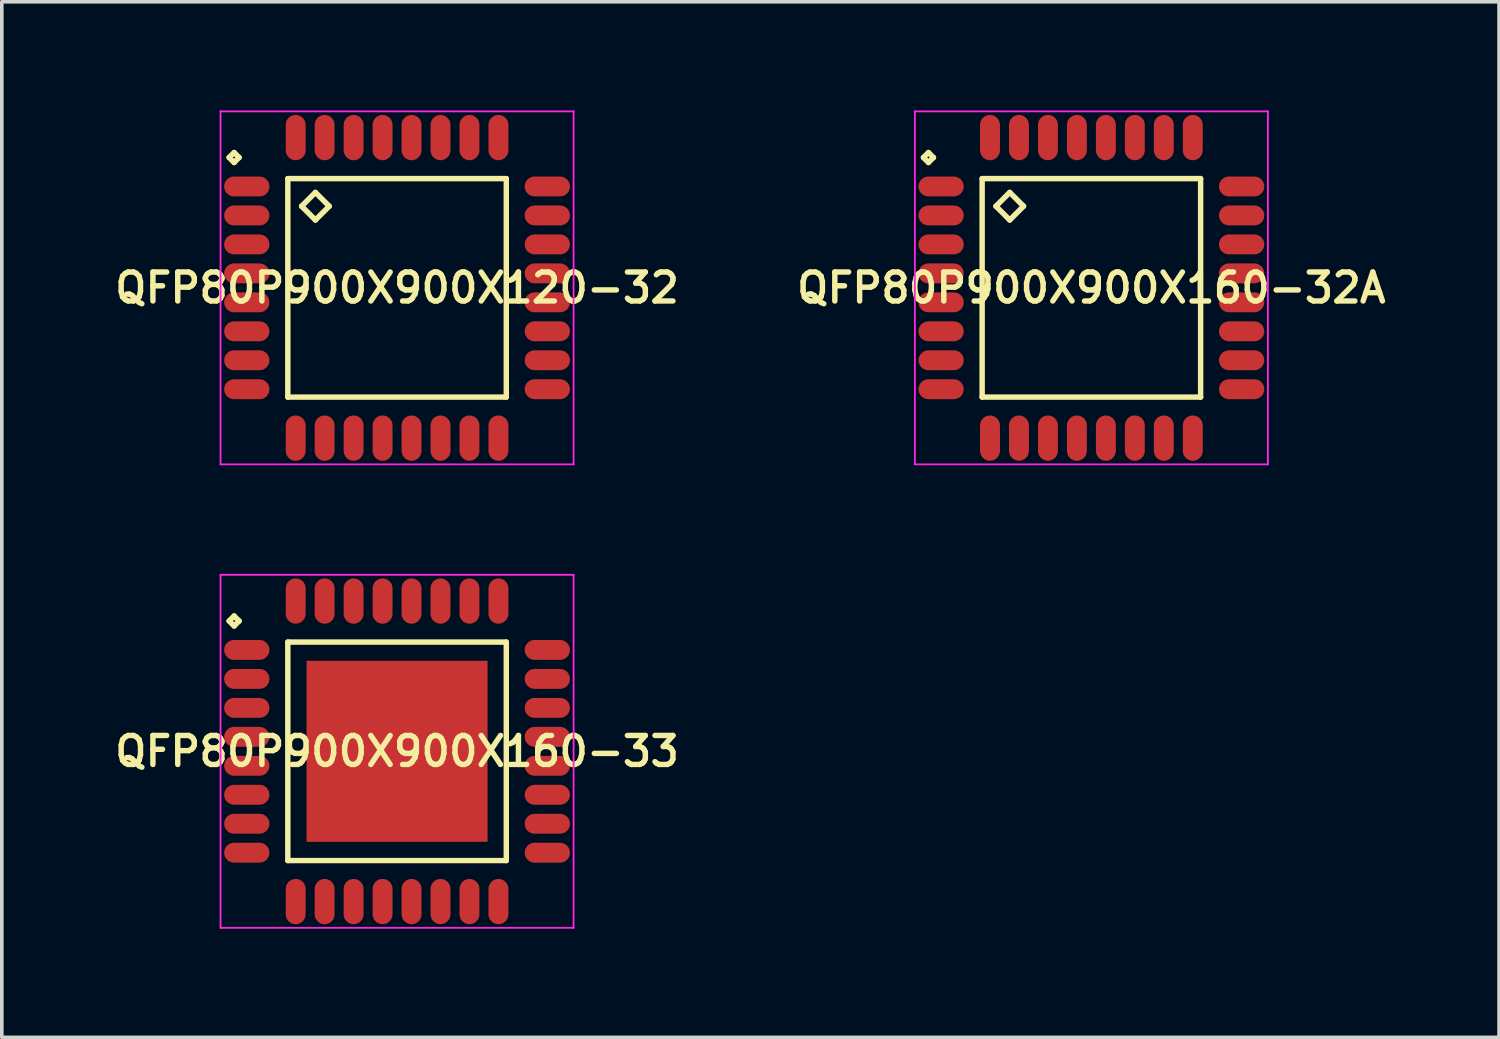
<source format=kicad_pcb>
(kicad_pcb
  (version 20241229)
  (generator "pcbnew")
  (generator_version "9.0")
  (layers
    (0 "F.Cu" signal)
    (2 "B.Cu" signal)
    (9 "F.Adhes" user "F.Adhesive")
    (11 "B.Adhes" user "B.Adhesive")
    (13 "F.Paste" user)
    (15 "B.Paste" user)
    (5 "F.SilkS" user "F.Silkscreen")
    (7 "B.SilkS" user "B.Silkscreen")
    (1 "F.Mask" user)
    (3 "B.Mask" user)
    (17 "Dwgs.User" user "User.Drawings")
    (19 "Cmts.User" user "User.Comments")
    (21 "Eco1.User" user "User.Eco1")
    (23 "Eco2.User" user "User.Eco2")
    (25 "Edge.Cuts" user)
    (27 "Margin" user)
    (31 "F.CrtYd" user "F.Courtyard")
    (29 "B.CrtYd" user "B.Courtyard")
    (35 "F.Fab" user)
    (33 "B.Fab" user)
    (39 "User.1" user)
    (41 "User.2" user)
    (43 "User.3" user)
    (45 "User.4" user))
  (footprint "QFP80P900X900X160-33"
    (layer "F.Cu")
    (at 7.916 17.7)
    (property "Reference" "QFP80P900X900X160-33" (at 0 0 0) (layer "F.SilkS") (effects (font (size 0.8 0.8) (thickness 0.15))))
    (attr smd)
    (fp_line (start -4.638 -3.6) (end -4.5 -3.737) (stroke (width 0.15) (type solid)) (layer "F.SilkS"))
    (fp_line (start -4.5 -3.737) (end -4.362 -3.6) (stroke (width 0.15) (type solid)) (layer "F.SilkS"))
    (fp_line (start -4.5 -3.462) (end -4.638 -3.6) (stroke (width 0.15) (type solid)) (layer "F.SilkS"))
    (fp_line (start -4.362 -3.6) (end -4.5 -3.462) (stroke (width 0.15) (type solid)) (layer "F.SilkS"))
    (fp_line (start -3.017 -3.017) (end -3.017 3.017) (stroke (width 0.15) (type solid)) (layer "F.SilkS"))
    (fp_line (start -3.017 3.017) (end 3.017 3.017) (stroke (width 0.15) (type solid)) (layer "F.SilkS"))
    (fp_line (start 3.017 -3.017) (end -3.017 -3.017) (stroke (width 0.15) (type solid)) (layer "F.SilkS"))
    (fp_line (start 3.017 3.017) (end 3.017 -3.017) (stroke (width 0.15) (type solid)) (layer "F.SilkS"))
    (fp_line (start -4.875 -4.875) (end 4.875 -4.875) (stroke (width 0.05) (type solid)) (layer "F.CrtYd"))
    (fp_line (start -4.875 4.875) (end -4.875 -4.875) (stroke (width 0.05) (type solid)) (layer "F.CrtYd"))
    (fp_line (start 4.875 -4.875) (end 4.875 4.875) (stroke (width 0.05) (type solid)) (layer "F.CrtYd"))
    (fp_line (start 4.875 4.875) (end -4.875 4.875) (stroke (width 0.05) (type solid)) (layer "F.CrtYd"))
    (pad "1" smd oval (at -4.15 -2.8) (size 1.25 0.55) (layers "F.Cu" "F.Mask" "F.Paste"))
    (pad "2" smd oval (at -4.15 -2) (size 1.25 0.55) (layers "F.Cu" "F.Mask" "F.Paste"))
    (pad "3" smd oval (at -4.15 -1.2) (size 1.25 0.55) (layers "F.Cu" "F.Mask" "F.Paste"))
    (pad "4" smd oval (at -4.15 -0.4) (size 1.25 0.55) (layers "F.Cu" "F.Mask" "F.Paste"))
    (pad "5" smd oval (at -4.15 0.4) (size 1.25 0.55) (layers "F.Cu" "F.Mask" "F.Paste"))
    (pad "6" smd oval (at -4.15 1.2) (size 1.25 0.55) (layers "F.Cu" "F.Mask" "F.Paste"))
    (pad "7" smd oval (at -4.15 2) (size 1.25 0.55) (layers "F.Cu" "F.Mask" "F.Paste"))
    (pad "8" smd oval (at -4.15 2.8) (size 1.25 0.55) (layers "F.Cu" "F.Mask" "F.Paste"))
    (pad "9" smd oval (at -2.8 4.15) (size 0.55 1.25) (layers "F.Cu" "F.Mask" "F.Paste"))
    (pad "10" smd oval (at -2 4.15) (size 0.55 1.25) (layers "F.Cu" "F.Mask" "F.Paste"))
    (pad "11" smd oval (at -1.2 4.15) (size 0.55 1.25) (layers "F.Cu" "F.Mask" "F.Paste"))
    (pad "12" smd oval (at -0.4 4.15) (size 0.55 1.25) (layers "F.Cu" "F.Mask" "F.Paste"))
    (pad "13" smd oval (at 0.4 4.15) (size 0.55 1.25) (layers "F.Cu" "F.Mask" "F.Paste"))
    (pad "14" smd oval (at 1.2 4.15) (size 0.55 1.25) (layers "F.Cu" "F.Mask" "F.Paste"))
    (pad "15" smd oval (at 2 4.15) (size 0.55 1.25) (layers "F.Cu" "F.Mask" "F.Paste"))
    (pad "16" smd oval (at 2.8 4.15) (size 0.55 1.25) (layers "F.Cu" "F.Mask" "F.Paste"))
    (pad "17" smd oval (at 4.15 2.8) (size 1.25 0.55) (layers "F.Cu" "F.Mask" "F.Paste"))
    (pad "18" smd oval (at 4.15 2) (size 1.25 0.55) (layers "F.Cu" "F.Mask" "F.Paste"))
    (pad "19" smd oval (at 4.15 1.2) (size 1.25 0.55) (layers "F.Cu" "F.Mask" "F.Paste"))
    (pad "20" smd oval (at 4.15 0.4) (size 1.25 0.55) (layers "F.Cu" "F.Mask" "F.Paste"))
    (pad "21" smd oval (at 4.15 -0.4) (size 1.25 0.55) (layers "F.Cu" "F.Mask" "F.Paste"))
    (pad "22" smd oval (at 4.15 -1.2) (size 1.25 0.55) (layers "F.Cu" "F.Mask" "F.Paste"))
    (pad "23" smd oval (at 4.15 -2) (size 1.25 0.55) (layers "F.Cu" "F.Mask" "F.Paste"))
    (pad "24" smd oval (at 4.15 -2.8) (size 1.25 0.55) (layers "F.Cu" "F.Mask" "F.Paste"))
    (pad "25" smd oval (at 2.8 -4.15) (size 0.55 1.25) (layers "F.Cu" "F.Mask" "F.Paste"))
    (pad "26" smd oval (at 2 -4.15) (size 0.55 1.25) (layers "F.Cu" "F.Mask" "F.Paste"))
    (pad "27" smd oval (at 1.2 -4.15) (size 0.55 1.25) (layers "F.Cu" "F.Mask" "F.Paste"))
    (pad "28" smd oval (at 0.4 -4.15) (size 0.55 1.25) (layers "F.Cu" "F.Mask" "F.Paste"))
    (pad "29" smd oval (at -0.4 -4.15) (size 0.55 1.25) (layers "F.Cu" "F.Mask" "F.Paste"))
    (pad "30" smd oval (at -1.2 -4.15) (size 0.55 1.25) (layers "F.Cu" "F.Mask" "F.Paste"))
    (pad "31" smd oval (at -2 -4.15) (size 0.55 1.25) (layers "F.Cu" "F.Mask" "F.Paste"))
    (pad "32" smd oval (at -2.8 -4.15) (size 0.55 1.25) (layers "F.Cu" "F.Mask" "F.Paste"))
    (pad "33" smd rect (at 0 0) (size 5 5) (layers "F.Cu" "F.Mask" "F.Paste")))
  (footprint "QFP80P900X900X120-32"
    (layer "F.Cu")
    (at 7.916 4.9)
    (property "Reference" "QFP80P900X900X120-32" (at 0 0 0) (layer "F.SilkS") (effects (font (size 0.8 0.8) (thickness 0.15))))
    (attr smd)
    (fp_line (start -4.638 -3.6) (end -4.5 -3.737) (stroke (width 0.15) (type solid)) (layer "F.SilkS"))
    (fp_line (start -4.5 -3.737) (end -4.362 -3.6) (stroke (width 0.15) (type solid)) (layer "F.SilkS"))
    (fp_line (start -4.5 -3.462) (end -4.638 -3.6) (stroke (width 0.15) (type solid)) (layer "F.SilkS"))
    (fp_line (start -4.362 -3.6) (end -4.5 -3.462) (stroke (width 0.15) (type solid)) (layer "F.SilkS"))
    (fp_line (start -3.017 -3.017) (end -3.017 3.017) (stroke (width 0.15) (type solid)) (layer "F.SilkS"))
    (fp_line (start -3.017 3.017) (end 3.017 3.017) (stroke (width 0.15) (type solid)) (layer "F.SilkS"))
    (fp_line (start -2.636 -2.255) (end -2.255 -2.636) (stroke (width 0.15) (type solid)) (layer "F.SilkS"))
    (fp_line (start -2.255 -2.636) (end -1.874 -2.255) (stroke (width 0.15) (type solid)) (layer "F.SilkS"))
    (fp_line (start -2.255 -1.874) (end -2.636 -2.255) (stroke (width 0.15) (type solid)) (layer "F.SilkS"))
    (fp_line (start -1.874 -2.255) (end -2.255 -1.874) (stroke (width 0.15) (type solid)) (layer "F.SilkS"))
    (fp_line (start 3.017 -3.017) (end -3.017 -3.017) (stroke (width 0.15) (type solid)) (layer "F.SilkS"))
    (fp_line (start 3.017 3.017) (end 3.017 -3.017) (stroke (width 0.15) (type solid)) (layer "F.SilkS"))
    (fp_line (start -4.875 -4.875) (end 4.875 -4.875) (stroke (width 0.05) (type solid)) (layer "F.CrtYd"))
    (fp_line (start -4.875 4.875) (end -4.875 -4.875) (stroke (width 0.05) (type solid)) (layer "F.CrtYd"))
    (fp_line (start 4.875 -4.875) (end 4.875 4.875) (stroke (width 0.05) (type solid)) (layer "F.CrtYd"))
    (fp_line (start 4.875 4.875) (end -4.875 4.875) (stroke (width 0.05) (type solid)) (layer "F.CrtYd"))
    (pad "1" smd oval (at -4.15 -2.8) (size 1.25 0.55) (layers "F.Cu" "F.Mask" "F.Paste"))
    (pad "2" smd oval (at -4.15 -2) (size 1.25 0.55) (layers "F.Cu" "F.Mask" "F.Paste"))
    (pad "3" smd oval (at -4.15 -1.2) (size 1.25 0.55) (layers "F.Cu" "F.Mask" "F.Paste"))
    (pad "4" smd oval (at -4.15 -0.4) (size 1.25 0.55) (layers "F.Cu" "F.Mask" "F.Paste"))
    (pad "5" smd oval (at -4.15 0.4) (size 1.25 0.55) (layers "F.Cu" "F.Mask" "F.Paste"))
    (pad "6" smd oval (at -4.15 1.2) (size 1.25 0.55) (layers "F.Cu" "F.Mask" "F.Paste"))
    (pad "7" smd oval (at -4.15 2) (size 1.25 0.55) (layers "F.Cu" "F.Mask" "F.Paste"))
    (pad "8" smd oval (at -4.15 2.8) (size 1.25 0.55) (layers "F.Cu" "F.Mask" "F.Paste"))
    (pad "9" smd oval (at -2.8 4.15) (size 0.55 1.25) (layers "F.Cu" "F.Mask" "F.Paste"))
    (pad "10" smd oval (at -2 4.15) (size 0.55 1.25) (layers "F.Cu" "F.Mask" "F.Paste"))
    (pad "11" smd oval (at -1.2 4.15) (size 0.55 1.25) (layers "F.Cu" "F.Mask" "F.Paste"))
    (pad "12" smd oval (at -0.4 4.15) (size 0.55 1.25) (layers "F.Cu" "F.Mask" "F.Paste"))
    (pad "13" smd oval (at 0.4 4.15) (size 0.55 1.25) (layers "F.Cu" "F.Mask" "F.Paste"))
    (pad "14" smd oval (at 1.2 4.15) (size 0.55 1.25) (layers "F.Cu" "F.Mask" "F.Paste"))
    (pad "15" smd oval (at 2 4.15) (size 0.55 1.25) (layers "F.Cu" "F.Mask" "F.Paste"))
    (pad "16" smd oval (at 2.8 4.15) (size 0.55 1.25) (layers "F.Cu" "F.Mask" "F.Paste"))
    (pad "17" smd oval (at 4.15 2.8) (size 1.25 0.55) (layers "F.Cu" "F.Mask" "F.Paste"))
    (pad "18" smd oval (at 4.15 2) (size 1.25 0.55) (layers "F.Cu" "F.Mask" "F.Paste"))
    (pad "19" smd oval (at 4.15 1.2) (size 1.25 0.55) (layers "F.Cu" "F.Mask" "F.Paste"))
    (pad "20" smd oval (at 4.15 0.4) (size 1.25 0.55) (layers "F.Cu" "F.Mask" "F.Paste"))
    (pad "21" smd oval (at 4.15 -0.4) (size 1.25 0.55) (layers "F.Cu" "F.Mask" "F.Paste"))
    (pad "22" smd oval (at 4.15 -1.2) (size 1.25 0.55) (layers "F.Cu" "F.Mask" "F.Paste"))
    (pad "23" smd oval (at 4.15 -2) (size 1.25 0.55) (layers "F.Cu" "F.Mask" "F.Paste"))
    (pad "24" smd oval (at 4.15 -2.8) (size 1.25 0.55) (layers "F.Cu" "F.Mask" "F.Paste"))
    (pad "25" smd oval (at 2.8 -4.15) (size 0.55 1.25) (layers "F.Cu" "F.Mask" "F.Paste"))
    (pad "26" smd oval (at 2 -4.15) (size 0.55 1.25) (layers "F.Cu" "F.Mask" "F.Paste"))
    (pad "27" smd oval (at 1.2 -4.15) (size 0.55 1.25) (layers "F.Cu" "F.Mask" "F.Paste"))
    (pad "28" smd oval (at 0.4 -4.15) (size 0.55 1.25) (layers "F.Cu" "F.Mask" "F.Paste"))
    (pad "29" smd oval (at -0.4 -4.15) (size 0.55 1.25) (layers "F.Cu" "F.Mask" "F.Paste"))
    (pad "30" smd oval (at -1.2 -4.15) (size 0.55 1.25) (layers "F.Cu" "F.Mask" "F.Paste"))
    (pad "31" smd oval (at -2 -4.15) (size 0.55 1.25) (layers "F.Cu" "F.Mask" "F.Paste"))
    (pad "32" smd oval (at -2.8 -4.15) (size 0.55 1.25) (layers "F.Cu" "F.Mask" "F.Paste")))
  (footprint "QFP80P900X900X160-32A"
    (layer "F.Cu")
    (at 27.092 4.9)
    (property "Reference" "QFP80P900X900X160-32A" (at 0 0 0) (layer "F.SilkS") (effects (font (size 0.8 0.8) (thickness 0.15))))
    (attr smd)
    (fp_line (start -4.638 -3.6) (end -4.5 -3.737) (stroke (width 0.15) (type solid)) (layer "F.SilkS"))
    (fp_line (start -4.5 -3.737) (end -4.362 -3.6) (stroke (width 0.15) (type solid)) (layer "F.SilkS"))
    (fp_line (start -4.5 -3.462) (end -4.638 -3.6) (stroke (width 0.15) (type solid)) (layer "F.SilkS"))
    (fp_line (start -4.362 -3.6) (end -4.5 -3.462) (stroke (width 0.15) (type solid)) (layer "F.SilkS"))
    (fp_line (start -3.017 -3.017) (end -3.017 3.017) (stroke (width 0.15) (type solid)) (layer "F.SilkS"))
    (fp_line (start -3.017 3.017) (end 3.017 3.017) (stroke (width 0.15) (type solid)) (layer "F.SilkS"))
    (fp_line (start -2.636 -2.255) (end -2.255 -2.636) (stroke (width 0.15) (type solid)) (layer "F.SilkS"))
    (fp_line (start -2.255 -2.636) (end -1.874 -2.255) (stroke (width 0.15) (type solid)) (layer "F.SilkS"))
    (fp_line (start -2.255 -1.874) (end -2.636 -2.255) (stroke (width 0.15) (type solid)) (layer "F.SilkS"))
    (fp_line (start -1.874 -2.255) (end -2.255 -1.874) (stroke (width 0.15) (type solid)) (layer "F.SilkS"))
    (fp_line (start 3.017 -3.017) (end -3.017 -3.017) (stroke (width 0.15) (type solid)) (layer "F.SilkS"))
    (fp_line (start 3.017 3.017) (end 3.017 -3.017) (stroke (width 0.15) (type solid)) (layer "F.SilkS"))
    (fp_line (start -4.875 -4.875) (end 4.875 -4.875) (stroke (width 0.05) (type solid)) (layer "F.CrtYd"))
    (fp_line (start -4.875 4.875) (end -4.875 -4.875) (stroke (width 0.05) (type solid)) (layer "F.CrtYd"))
    (fp_line (start 4.875 -4.875) (end 4.875 4.875) (stroke (width 0.05) (type solid)) (layer "F.CrtYd"))
    (fp_line (start 4.875 4.875) (end -4.875 4.875) (stroke (width 0.05) (type solid)) (layer "F.CrtYd"))
    (pad "1" smd oval (at -4.15 -2.8) (size 1.25 0.55) (layers "F.Cu" "F.Mask" "F.Paste"))
    (pad "2" smd oval (at -4.15 -2) (size 1.25 0.55) (layers "F.Cu" "F.Mask" "F.Paste"))
    (pad "3" smd oval (at -4.15 -1.2) (size 1.25 0.55) (layers "F.Cu" "F.Mask" "F.Paste"))
    (pad "4" smd oval (at -4.15 -0.4) (size 1.25 0.55) (layers "F.Cu" "F.Mask" "F.Paste"))
    (pad "5" smd oval (at -4.15 0.4) (size 1.25 0.55) (layers "F.Cu" "F.Mask" "F.Paste"))
    (pad "6" smd oval (at -4.15 1.2) (size 1.25 0.55) (layers "F.Cu" "F.Mask" "F.Paste"))
    (pad "7" smd oval (at -4.15 2) (size 1.25 0.55) (layers "F.Cu" "F.Mask" "F.Paste"))
    (pad "8" smd oval (at -4.15 2.8) (size 1.25 0.55) (layers "F.Cu" "F.Mask" "F.Paste"))
    (pad "9" smd oval (at -2.8 4.15) (size 0.55 1.25) (layers "F.Cu" "F.Mask" "F.Paste"))
    (pad "10" smd oval (at -2 4.15) (size 0.55 1.25) (layers "F.Cu" "F.Mask" "F.Paste"))
    (pad "11" smd oval (at -1.2 4.15) (size 0.55 1.25) (layers "F.Cu" "F.Mask" "F.Paste"))
    (pad "12" smd oval (at -0.4 4.15) (size 0.55 1.25) (layers "F.Cu" "F.Mask" "F.Paste"))
    (pad "13" smd oval (at 0.4 4.15) (size 0.55 1.25) (layers "F.Cu" "F.Mask" "F.Paste"))
    (pad "14" smd oval (at 1.2 4.15) (size 0.55 1.25) (layers "F.Cu" "F.Mask" "F.Paste"))
    (pad "15" smd oval (at 2 4.15) (size 0.55 1.25) (layers "F.Cu" "F.Mask" "F.Paste"))
    (pad "16" smd oval (at 2.8 4.15) (size 0.55 1.25) (layers "F.Cu" "F.Mask" "F.Paste"))
    (pad "17" smd oval (at 4.15 2.8) (size 1.25 0.55) (layers "F.Cu" "F.Mask" "F.Paste"))
    (pad "18" smd oval (at 4.15 2) (size 1.25 0.55) (layers "F.Cu" "F.Mask" "F.Paste"))
    (pad "19" smd oval (at 4.15 1.2) (size 1.25 0.55) (layers "F.Cu" "F.Mask" "F.Paste"))
    (pad "20" smd oval (at 4.15 0.4) (size 1.25 0.55) (layers "F.Cu" "F.Mask" "F.Paste"))
    (pad "21" smd oval (at 4.15 -0.4) (size 1.25 0.55) (layers "F.Cu" "F.Mask" "F.Paste"))
    (pad "22" smd oval (at 4.15 -1.2) (size 1.25 0.55) (layers "F.Cu" "F.Mask" "F.Paste"))
    (pad "23" smd oval (at 4.15 -2) (size 1.25 0.55) (layers "F.Cu" "F.Mask" "F.Paste"))
    (pad "24" smd oval (at 4.15 -2.8) (size 1.25 0.55) (layers "F.Cu" "F.Mask" "F.Paste"))
    (pad "25" smd oval (at 2.8 -4.15) (size 0.55 1.25) (layers "F.Cu" "F.Mask" "F.Paste"))
    (pad "26" smd oval (at 2 -4.15) (size 0.55 1.25) (layers "F.Cu" "F.Mask" "F.Paste"))
    (pad "27" smd oval (at 1.2 -4.15) (size 0.55 1.25) (layers "F.Cu" "F.Mask" "F.Paste"))
    (pad "28" smd oval (at 0.4 -4.15) (size 0.55 1.25) (layers "F.Cu" "F.Mask" "F.Paste"))
    (pad "29" smd oval (at -0.4 -4.15) (size 0.55 1.25) (layers "F.Cu" "F.Mask" "F.Paste"))
    (pad "30" smd oval (at -1.2 -4.15) (size 0.55 1.25) (layers "F.Cu" "F.Mask" "F.Paste"))
    (pad "31" smd oval (at -2 -4.15) (size 0.55 1.25) (layers "F.Cu" "F.Mask" "F.Paste"))
    (pad "32" smd oval (at -2.8 -4.15) (size 0.55 1.25) (layers "F.Cu" "F.Mask" "F.Paste")))
  (gr_rect
    (start -3 -3)
    (end 38.351 25.6)
    (stroke (width 0.1) (type default))
    (fill no)
    (layer "Edge.Cuts")))
</source>
